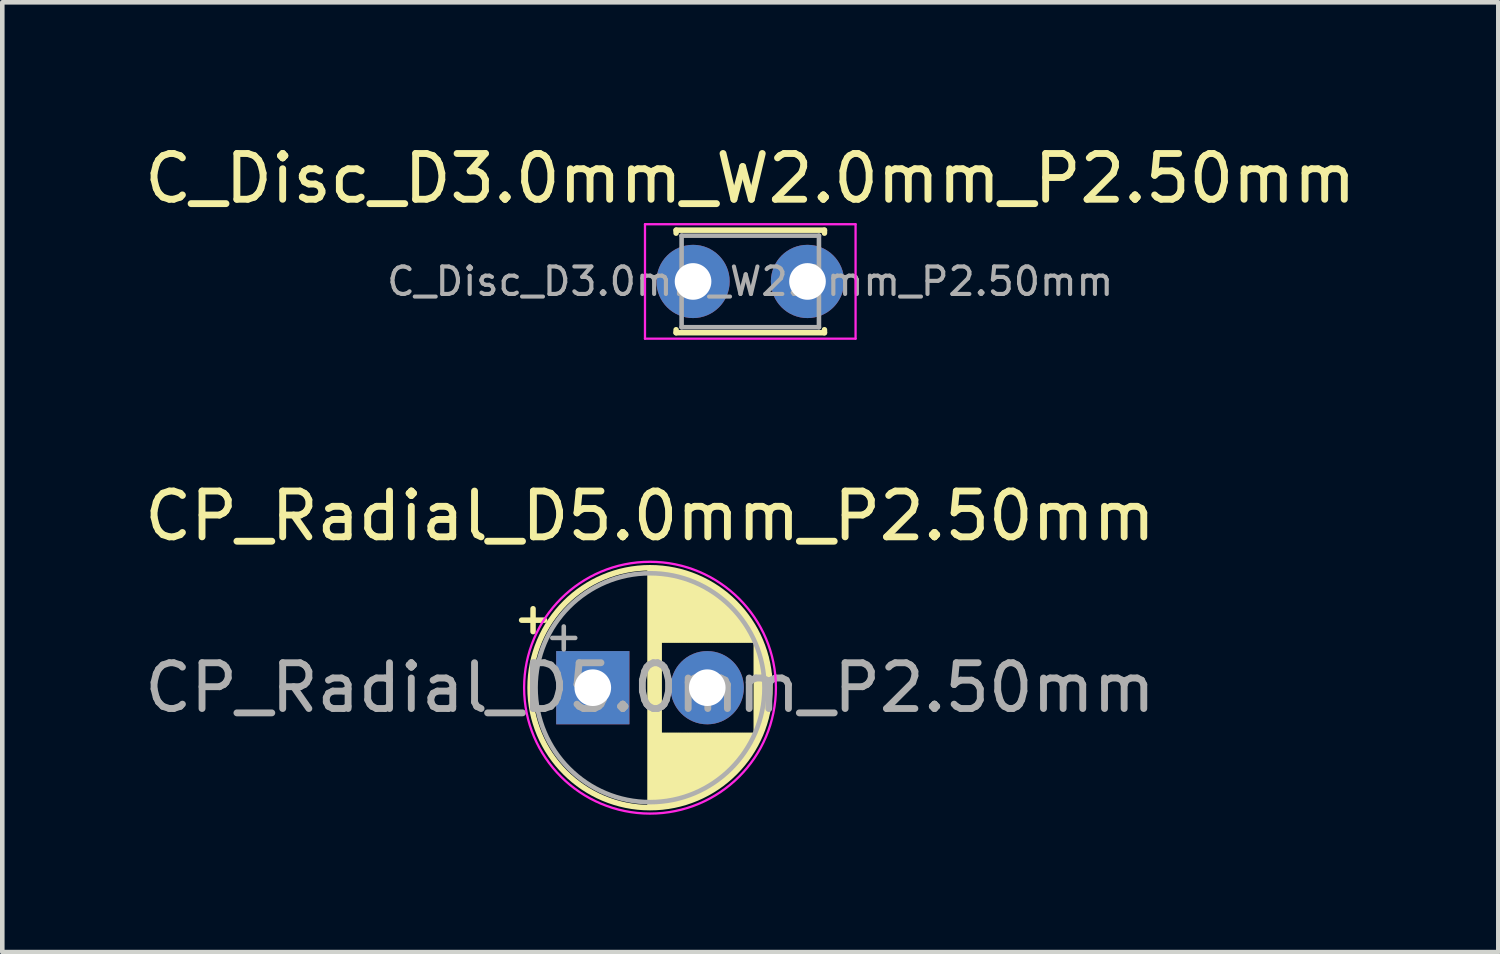
<source format=kicad_pcb>
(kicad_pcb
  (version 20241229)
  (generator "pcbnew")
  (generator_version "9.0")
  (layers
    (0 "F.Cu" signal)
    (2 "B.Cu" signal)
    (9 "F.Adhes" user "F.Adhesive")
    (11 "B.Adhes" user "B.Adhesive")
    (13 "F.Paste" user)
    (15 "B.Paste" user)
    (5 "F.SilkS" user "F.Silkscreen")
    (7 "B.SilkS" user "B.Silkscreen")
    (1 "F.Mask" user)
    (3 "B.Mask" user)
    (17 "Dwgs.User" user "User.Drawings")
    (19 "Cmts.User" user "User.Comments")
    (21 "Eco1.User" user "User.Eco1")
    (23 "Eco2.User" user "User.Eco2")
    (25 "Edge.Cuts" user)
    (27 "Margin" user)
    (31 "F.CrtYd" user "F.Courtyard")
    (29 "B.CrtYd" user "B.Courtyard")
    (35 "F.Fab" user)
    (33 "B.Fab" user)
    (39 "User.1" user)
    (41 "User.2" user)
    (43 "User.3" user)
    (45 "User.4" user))
  (footprint "C_Disc_D3.0mm_W2.0mm_P2.50mm"
    (layer "F.Cu")
    (at 12.089 3.098)
    (property "Reference" "C_Disc_D3.0mm_W2.0mm_P2.50mm" (at 1.25 -2.25 0) (layer "F.SilkS") (effects (font (size 1 1) (thickness 0.15))))
    (attr through_hole)
    (fp_line (start -0.37 -1.12) (end -0.37 -1.055) (stroke (width 0.12) (type solid)) (layer "F.SilkS"))
    (fp_line (start -0.37 -1.12) (end 2.87 -1.12) (stroke (width 0.12) (type solid)) (layer "F.SilkS"))
    (fp_line (start -0.37 1.055) (end -0.37 1.12) (stroke (width 0.12) (type solid)) (layer "F.SilkS"))
    (fp_line (start -0.37 1.12) (end 2.87 1.12) (stroke (width 0.12) (type solid)) (layer "F.SilkS"))
    (fp_line (start 2.87 -1.12) (end 2.87 -1.055) (stroke (width 0.12) (type solid)) (layer "F.SilkS"))
    (fp_line (start 2.87 1.055) (end 2.87 1.12) (stroke (width 0.12) (type solid)) (layer "F.SilkS"))
    (fp_line (start -1.05 -1.25) (end -1.05 1.25) (stroke (width 0.05) (type solid)) (layer "F.CrtYd"))
    (fp_line (start -1.05 1.25) (end 3.55 1.25) (stroke (width 0.05) (type solid)) (layer "F.CrtYd"))
    (fp_line (start 3.55 -1.25) (end -1.05 -1.25) (stroke (width 0.05) (type solid)) (layer "F.CrtYd"))
    (fp_line (start 3.55 1.25) (end 3.55 -1.25) (stroke (width 0.05) (type solid)) (layer "F.CrtYd"))
    (fp_line (start -0.25 -1) (end -0.25 1) (stroke (width 0.1) (type solid)) (layer "F.Fab"))
    (fp_line (start -0.25 1) (end 2.75 1) (stroke (width 0.1) (type solid)) (layer "F.Fab"))
    (fp_line (start 2.75 -1) (end -0.25 -1) (stroke (width 0.1) (type solid)) (layer "F.Fab"))
    (fp_line (start 2.75 1) (end 2.75 -1) (stroke (width 0.1) (type solid)) (layer "F.Fab"))
    (fp_text user "${REFERENCE}" (at 1.25 0 0) (layer "F.Fab") (effects (font (size 0.6 0.6) (thickness 0.09))))
    (pad "1" thru_hole circle (at 0 0) (size 1.6 1.6) (drill 0.8) (layers "*.Cu" "*.Mask"))
    (pad "2" thru_hole circle (at 2.5 0) (size 1.6 1.6) (drill 0.8) (layers "*.Cu" "*.Mask")))
  (footprint "CP_Radial_D5.0mm_P2.50mm"
    (layer "F.Cu")
    (at 9.899 11.972)
    (property "Reference" "CP_Radial_D5.0mm_P2.50mm" (at 1.25 -3.75 0) (layer "F.SilkS") (effects (font (size 1 1) (thickness 0.15))))
    (attr through_hole)
    (fp_line (start -1.555 -1.475) (end -1.055 -1.475) (stroke (width 0.12) (type solid)) (layer "F.SilkS"))
    (fp_line (start -1.305 -1.725) (end -1.305 -1.225) (stroke (width 0.12) (type solid)) (layer "F.SilkS"))
    (fp_line (start 1.25 -2.58) (end 1.25 2.58) (stroke (width 0.12) (type solid)) (layer "F.SilkS"))
    (fp_line (start 1.29 -2.58) (end 1.29 2.58) (stroke (width 0.12) (type solid)) (layer "F.SilkS"))
    (fp_line (start 1.33 -2.579) (end 1.33 2.579) (stroke (width 0.12) (type solid)) (layer "F.SilkS"))
    (fp_line (start 1.37 -2.578) (end 1.37 2.578) (stroke (width 0.12) (type solid)) (layer "F.SilkS"))
    (fp_line (start 1.41 -2.576) (end 1.41 2.576) (stroke (width 0.12) (type solid)) (layer "F.SilkS"))
    (fp_line (start 1.45 -2.573) (end 1.45 2.573) (stroke (width 0.12) (type solid)) (layer "F.SilkS"))
    (fp_line (start 1.49 -2.569) (end 1.49 -1.04) (stroke (width 0.12) (type solid)) (layer "F.SilkS"))
    (fp_line (start 1.49 1.04) (end 1.49 2.569) (stroke (width 0.12) (type solid)) (layer "F.SilkS"))
    (fp_line (start 1.53 -2.565) (end 1.53 -1.04) (stroke (width 0.12) (type solid)) (layer "F.SilkS"))
    (fp_line (start 1.53 1.04) (end 1.53 2.565) (stroke (width 0.12) (type solid)) (layer "F.SilkS"))
    (fp_line (start 1.57 -2.561) (end 1.57 -1.04) (stroke (width 0.12) (type solid)) (layer "F.SilkS"))
    (fp_line (start 1.57 1.04) (end 1.57 2.561) (stroke (width 0.12) (type solid)) (layer "F.SilkS"))
    (fp_line (start 1.61 -2.556) (end 1.61 -1.04) (stroke (width 0.12) (type solid)) (layer "F.SilkS"))
    (fp_line (start 1.61 1.04) (end 1.61 2.556) (stroke (width 0.12) (type solid)) (layer "F.SilkS"))
    (fp_line (start 1.65 -2.55) (end 1.65 -1.04) (stroke (width 0.12) (type solid)) (layer "F.SilkS"))
    (fp_line (start 1.65 1.04) (end 1.65 2.55) (stroke (width 0.12) (type solid)) (layer "F.SilkS"))
    (fp_line (start 1.69 -2.543) (end 1.69 -1.04) (stroke (width 0.12) (type solid)) (layer "F.SilkS"))
    (fp_line (start 1.69 1.04) (end 1.69 2.543) (stroke (width 0.12) (type solid)) (layer "F.SilkS"))
    (fp_line (start 1.73 -2.536) (end 1.73 -1.04) (stroke (width 0.12) (type solid)) (layer "F.SilkS"))
    (fp_line (start 1.73 1.04) (end 1.73 2.536) (stroke (width 0.12) (type solid)) (layer "F.SilkS"))
    (fp_line (start 1.77 -2.528) (end 1.77 -1.04) (stroke (width 0.12) (type solid)) (layer "F.SilkS"))
    (fp_line (start 1.77 1.04) (end 1.77 2.528) (stroke (width 0.12) (type solid)) (layer "F.SilkS"))
    (fp_line (start 1.81 -2.52) (end 1.81 -1.04) (stroke (width 0.12) (type solid)) (layer "F.SilkS"))
    (fp_line (start 1.81 1.04) (end 1.81 2.52) (stroke (width 0.12) (type solid)) (layer "F.SilkS"))
    (fp_line (start 1.85 -2.511) (end 1.85 -1.04) (stroke (width 0.12) (type solid)) (layer "F.SilkS"))
    (fp_line (start 1.85 1.04) (end 1.85 2.511) (stroke (width 0.12) (type solid)) (layer "F.SilkS"))
    (fp_line (start 1.89 -2.501) (end 1.89 -1.04) (stroke (width 0.12) (type solid)) (layer "F.SilkS"))
    (fp_line (start 1.89 1.04) (end 1.89 2.501) (stroke (width 0.12) (type solid)) (layer "F.SilkS"))
    (fp_line (start 1.93 -2.491) (end 1.93 -1.04) (stroke (width 0.12) (type solid)) (layer "F.SilkS"))
    (fp_line (start 1.93 1.04) (end 1.93 2.491) (stroke (width 0.12) (type solid)) (layer "F.SilkS"))
    (fp_line (start 1.971 -2.48) (end 1.971 -1.04) (stroke (width 0.12) (type solid)) (layer "F.SilkS"))
    (fp_line (start 1.971 1.04) (end 1.971 2.48) (stroke (width 0.12) (type solid)) (layer "F.SilkS"))
    (fp_line (start 2.011 -2.468) (end 2.011 -1.04) (stroke (width 0.12) (type solid)) (layer "F.SilkS"))
    (fp_line (start 2.011 1.04) (end 2.011 2.468) (stroke (width 0.12) (type solid)) (layer "F.SilkS"))
    (fp_line (start 2.051 -2.455) (end 2.051 -1.04) (stroke (width 0.12) (type solid)) (layer "F.SilkS"))
    (fp_line (start 2.051 1.04) (end 2.051 2.455) (stroke (width 0.12) (type solid)) (layer "F.SilkS"))
    (fp_line (start 2.091 -2.442) (end 2.091 -1.04) (stroke (width 0.12) (type solid)) (layer "F.SilkS"))
    (fp_line (start 2.091 1.04) (end 2.091 2.442) (stroke (width 0.12) (type solid)) (layer "F.SilkS"))
    (fp_line (start 2.131 -2.428) (end 2.131 -1.04) (stroke (width 0.12) (type solid)) (layer "F.SilkS"))
    (fp_line (start 2.131 1.04) (end 2.131 2.428) (stroke (width 0.12) (type solid)) (layer "F.SilkS"))
    (fp_line (start 2.171 -2.414) (end 2.171 -1.04) (stroke (width 0.12) (type solid)) (layer "F.SilkS"))
    (fp_line (start 2.171 1.04) (end 2.171 2.414) (stroke (width 0.12) (type solid)) (layer "F.SilkS"))
    (fp_line (start 2.211 -2.398) (end 2.211 -1.04) (stroke (width 0.12) (type solid)) (layer "F.SilkS"))
    (fp_line (start 2.211 1.04) (end 2.211 2.398) (stroke (width 0.12) (type solid)) (layer "F.SilkS"))
    (fp_line (start 2.251 -2.382) (end 2.251 -1.04) (stroke (width 0.12) (type solid)) (layer "F.SilkS"))
    (fp_line (start 2.251 1.04) (end 2.251 2.382) (stroke (width 0.12) (type solid)) (layer "F.SilkS"))
    (fp_line (start 2.291 -2.365) (end 2.291 -1.04) (stroke (width 0.12) (type solid)) (layer "F.SilkS"))
    (fp_line (start 2.291 1.04) (end 2.291 2.365) (stroke (width 0.12) (type solid)) (layer "F.SilkS"))
    (fp_line (start 2.331 -2.348) (end 2.331 -1.04) (stroke (width 0.12) (type solid)) (layer "F.SilkS"))
    (fp_line (start 2.331 1.04) (end 2.331 2.348) (stroke (width 0.12) (type solid)) (layer "F.SilkS"))
    (fp_line (start 2.371 -2.329) (end 2.371 -1.04) (stroke (width 0.12) (type solid)) (layer "F.SilkS"))
    (fp_line (start 2.371 1.04) (end 2.371 2.329) (stroke (width 0.12) (type solid)) (layer "F.SilkS"))
    (fp_line (start 2.411 -2.31) (end 2.411 -1.04) (stroke (width 0.12) (type solid)) (layer "F.SilkS"))
    (fp_line (start 2.411 1.04) (end 2.411 2.31) (stroke (width 0.12) (type solid)) (layer "F.SilkS"))
    (fp_line (start 2.451 -2.29) (end 2.451 -1.04) (stroke (width 0.12) (type solid)) (layer "F.SilkS"))
    (fp_line (start 2.451 1.04) (end 2.451 2.29) (stroke (width 0.12) (type solid)) (layer "F.SilkS"))
    (fp_line (start 2.491 -2.268) (end 2.491 -1.04) (stroke (width 0.12) (type solid)) (layer "F.SilkS"))
    (fp_line (start 2.491 1.04) (end 2.491 2.268) (stroke (width 0.12) (type solid)) (layer "F.SilkS"))
    (fp_line (start 2.531 -2.247) (end 2.531 -1.04) (stroke (width 0.12) (type solid)) (layer "F.SilkS"))
    (fp_line (start 2.531 1.04) (end 2.531 2.247) (stroke (width 0.12) (type solid)) (layer "F.SilkS"))
    (fp_line (start 2.571 -2.224) (end 2.571 -1.04) (stroke (width 0.12) (type solid)) (layer "F.SilkS"))
    (fp_line (start 2.571 1.04) (end 2.571 2.224) (stroke (width 0.12) (type solid)) (layer "F.SilkS"))
    (fp_line (start 2.611 -2.2) (end 2.611 -1.04) (stroke (width 0.12) (type solid)) (layer "F.SilkS"))
    (fp_line (start 2.611 1.04) (end 2.611 2.2) (stroke (width 0.12) (type solid)) (layer "F.SilkS"))
    (fp_line (start 2.651 -2.175) (end 2.651 -1.04) (stroke (width 0.12) (type solid)) (layer "F.SilkS"))
    (fp_line (start 2.651 1.04) (end 2.651 2.175) (stroke (width 0.12) (type solid)) (layer "F.SilkS"))
    (fp_line (start 2.691 -2.149) (end 2.691 -1.04) (stroke (width 0.12) (type solid)) (layer "F.SilkS"))
    (fp_line (start 2.691 1.04) (end 2.691 2.149) (stroke (width 0.12) (type solid)) (layer "F.SilkS"))
    (fp_line (start 2.731 -2.122) (end 2.731 -1.04) (stroke (width 0.12) (type solid)) (layer "F.SilkS"))
    (fp_line (start 2.731 1.04) (end 2.731 2.122) (stroke (width 0.12) (type solid)) (layer "F.SilkS"))
    (fp_line (start 2.771 -2.095) (end 2.771 -1.04) (stroke (width 0.12) (type solid)) (layer "F.SilkS"))
    (fp_line (start 2.771 1.04) (end 2.771 2.095) (stroke (width 0.12) (type solid)) (layer "F.SilkS"))
    (fp_line (start 2.811 -2.065) (end 2.811 -1.04) (stroke (width 0.12) (type solid)) (layer "F.SilkS"))
    (fp_line (start 2.811 1.04) (end 2.811 2.065) (stroke (width 0.12) (type solid)) (layer "F.SilkS"))
    (fp_line (start 2.851 -2.035) (end 2.851 -1.04) (stroke (width 0.12) (type solid)) (layer "F.SilkS"))
    (fp_line (start 2.851 1.04) (end 2.851 2.035) (stroke (width 0.12) (type solid)) (layer "F.SilkS"))
    (fp_line (start 2.891 -2.004) (end 2.891 -1.04) (stroke (width 0.12) (type solid)) (layer "F.SilkS"))
    (fp_line (start 2.891 1.04) (end 2.891 2.004) (stroke (width 0.12) (type solid)) (layer "F.SilkS"))
    (fp_line (start 2.931 -1.971) (end 2.931 -1.04) (stroke (width 0.12) (type solid)) (layer "F.SilkS"))
    (fp_line (start 2.931 1.04) (end 2.931 1.971) (stroke (width 0.12) (type solid)) (layer "F.SilkS"))
    (fp_line (start 2.971 -1.937) (end 2.971 -1.04) (stroke (width 0.12) (type solid)) (layer "F.SilkS"))
    (fp_line (start 2.971 1.04) (end 2.971 1.937) (stroke (width 0.12) (type solid)) (layer "F.SilkS"))
    (fp_line (start 3.011 -1.901) (end 3.011 -1.04) (stroke (width 0.12) (type solid)) (layer "F.SilkS"))
    (fp_line (start 3.011 1.04) (end 3.011 1.901) (stroke (width 0.12) (type solid)) (layer "F.SilkS"))
    (fp_line (start 3.051 -1.864) (end 3.051 -1.04) (stroke (width 0.12) (type solid)) (layer "F.SilkS"))
    (fp_line (start 3.051 1.04) (end 3.051 1.864) (stroke (width 0.12) (type solid)) (layer "F.SilkS"))
    (fp_line (start 3.091 -1.826) (end 3.091 -1.04) (stroke (width 0.12) (type solid)) (layer "F.SilkS"))
    (fp_line (start 3.091 1.04) (end 3.091 1.826) (stroke (width 0.12) (type solid)) (layer "F.SilkS"))
    (fp_line (start 3.131 -1.785) (end 3.131 -1.04) (stroke (width 0.12) (type solid)) (layer "F.SilkS"))
    (fp_line (start 3.131 1.04) (end 3.131 1.785) (stroke (width 0.12) (type solid)) (layer "F.SilkS"))
    (fp_line (start 3.171 -1.743) (end 3.171 -1.04) (stroke (width 0.12) (type solid)) (layer "F.SilkS"))
    (fp_line (start 3.171 1.04) (end 3.171 1.743) (stroke (width 0.12) (type solid)) (layer "F.SilkS"))
    (fp_line (start 3.211 -1.699) (end 3.211 -1.04) (stroke (width 0.12) (type solid)) (layer "F.SilkS"))
    (fp_line (start 3.211 1.04) (end 3.211 1.699) (stroke (width 0.12) (type solid)) (layer "F.SilkS"))
    (fp_line (start 3.251 -1.653) (end 3.251 -1.04) (stroke (width 0.12) (type solid)) (layer "F.SilkS"))
    (fp_line (start 3.251 1.04) (end 3.251 1.653) (stroke (width 0.12) (type solid)) (layer "F.SilkS"))
    (fp_line (start 3.291 -1.605) (end 3.291 -1.04) (stroke (width 0.12) (type solid)) (layer "F.SilkS"))
    (fp_line (start 3.291 1.04) (end 3.291 1.605) (stroke (width 0.12) (type solid)) (layer "F.SilkS"))
    (fp_line (start 3.331 -1.554) (end 3.331 -1.04) (stroke (width 0.12) (type solid)) (layer "F.SilkS"))
    (fp_line (start 3.331 1.04) (end 3.331 1.554) (stroke (width 0.12) (type solid)) (layer "F.SilkS"))
    (fp_line (start 3.371 -1.5) (end 3.371 -1.04) (stroke (width 0.12) (type solid)) (layer "F.SilkS"))
    (fp_line (start 3.371 1.04) (end 3.371 1.5) (stroke (width 0.12) (type solid)) (layer "F.SilkS"))
    (fp_line (start 3.411 -1.443) (end 3.411 -1.04) (stroke (width 0.12) (type solid)) (layer "F.SilkS"))
    (fp_line (start 3.411 1.04) (end 3.411 1.443) (stroke (width 0.12) (type solid)) (layer "F.SilkS"))
    (fp_line (start 3.451 -1.383) (end 3.451 -1.04) (stroke (width 0.12) (type solid)) (layer "F.SilkS"))
    (fp_line (start 3.451 1.04) (end 3.451 1.383) (stroke (width 0.12) (type solid)) (layer "F.SilkS"))
    (fp_line (start 3.491 -1.319) (end 3.491 -1.04) (stroke (width 0.12) (type solid)) (layer "F.SilkS"))
    (fp_line (start 3.491 1.04) (end 3.491 1.319) (stroke (width 0.12) (type solid)) (layer "F.SilkS"))
    (fp_line (start 3.531 -1.251) (end 3.531 -1.04) (stroke (width 0.12) (type solid)) (layer "F.SilkS"))
    (fp_line (start 3.531 1.04) (end 3.531 1.251) (stroke (width 0.12) (type solid)) (layer "F.SilkS"))
    (fp_line (start 3.571 -1.178) (end 3.571 1.178) (stroke (width 0.12) (type solid)) (layer "F.SilkS"))
    (fp_line (start 3.611 -1.098) (end 3.611 1.098) (stroke (width 0.12) (type solid)) (layer "F.SilkS"))
    (fp_line (start 3.651 -1.011) (end 3.651 1.011) (stroke (width 0.12) (type solid)) (layer "F.SilkS"))
    (fp_line (start 3.691 -0.915) (end 3.691 0.915) (stroke (width 0.12) (type solid)) (layer "F.SilkS"))
    (fp_line (start 3.731 -0.805) (end 3.731 0.805) (stroke (width 0.12) (type solid)) (layer "F.SilkS"))
    (fp_line (start 3.771 -0.677) (end 3.771 0.677) (stroke (width 0.12) (type solid)) (layer "F.SilkS"))
    (fp_line (start 3.811 -0.518) (end 3.811 0.518) (stroke (width 0.12) (type solid)) (layer "F.SilkS"))
    (fp_line (start 3.851 -0.284) (end 3.851 0.284) (stroke (width 0.12) (type solid)) (layer "F.SilkS"))
    (fp_circle (center 1.25 0) (end 3.87 0) (stroke (width 0.12) (type solid)) (fill no) (layer "F.SilkS"))
    (fp_circle (center 1.25 0) (end 4 0) (stroke (width 0.05) (type solid)) (fill no) (layer "F.CrtYd"))
    (fp_line (start -0.884 -1.087) (end -0.384 -1.087) (stroke (width 0.1) (type solid)) (layer "F.Fab"))
    (fp_line (start -0.634 -1.337) (end -0.634 -0.838) (stroke (width 0.1) (type solid)) (layer "F.Fab"))
    (fp_circle (center 1.25 0) (end 3.75 0) (stroke (width 0.1) (type solid)) (fill no) (layer "F.Fab"))
    (fp_text user "${REFERENCE}" (at 1.25 0 0) (layer "F.Fab") (effects (font (size 1 1) (thickness 0.15))))
    (pad "1" thru_hole rect (at 0 0) (size 1.6 1.6) (drill 0.8) (layers "*.Cu" "*.Mask"))
    (pad "2" thru_hole circle (at 2.5 0) (size 1.6 1.6) (drill 0.8) (layers "*.Cu" "*.Mask")))
  (gr_rect
    (start -3 -3)
    (end 29.679 17.747)
    (stroke (width 0.1) (type default))
    (fill no)
    (layer "Edge.Cuts")))
</source>
